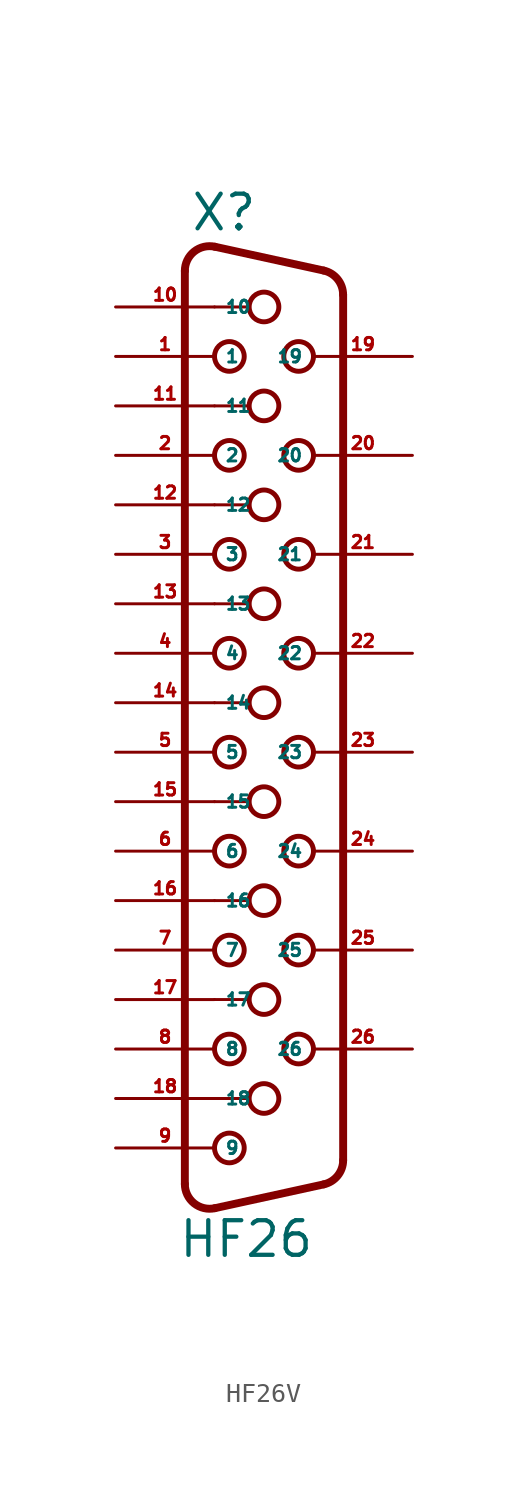
<source format=kicad_sym>
(kicad_symbol_lib
  (version 20220914)
  (generator Eagle2Kicad)
  (symbol "HF26V"
    (property "Reference" "X"
      (at -3.81 26.67 0)
      (effects (font (size 1.778 1.778) (thickness 0.22)) (justify left bottom)))
    (property "Value" "HF26"
      (at -4.445 -26.035 0)
      (effects (font (size 1.778 1.778) (thickness 0.22)) (justify left bottom)))
    (arc
      (start -2.5226 25.952)
      (mid -3.590 25.701)
      (end -4.064 24.7112)
      (stroke (width 0.4064) (type default))
      (fill (type none)))
    (polyline
      (pts (xy -2.523 25.952) (xy 3.065 24.729))
      (stroke (width 0.406) (type default))
      (fill (type none)))
    (arc
      (start 4.0642 23.4888)
      (mid 3.783 24.285)
      (end 3.0654 24.7295)
      (stroke (width 0.4064) (type default))
      (fill (type none)))
    (polyline
      (pts (xy 4.064 -20.949) (xy 4.064 23.489))
      (stroke (width 0.406) (type default))
      (fill (type none)))
    (arc
      (start 3.0654 -22.1894)
      (mid 3.783 -21.745)
      (end 4.064 -20.9488)
      (stroke (width 0.4064) (type default))
      (fill (type none)))
    (polyline
      (pts (xy -4.064 -22.171) (xy -4.064 24.711))
      (stroke (width 0.406) (type default))
      (fill (type none)))
    (polyline
      (pts (xy -2.523 -23.412) (xy 3.065 -22.189))
      (stroke (width 0.406) (type default))
      (fill (type none)))
    (arc
      (start -4.064 -22.1712)
      (mid -3.590 -23.161)
      (end -2.5226 -23.4119)
      (stroke (width 0.4064) (type default))
      (fill (type none)))
    (polyline
      (pts (xy -2.54 22.86) (xy -0.762 22.86))
      (stroke (width 0.152) (type default))
      (fill (type none)))
    (polyline
      (pts (xy -2.54 17.78) (xy -0.762 17.78))
      (stroke (width 0.152) (type default))
      (fill (type none)))
    (polyline
      (pts (xy -2.54 12.7) (xy -0.762 12.7))
      (stroke (width 0.152) (type default))
      (fill (type none)))
    (polyline
      (pts (xy -2.54 7.62) (xy -0.762 7.62))
      (stroke (width 0.152) (type default))
      (fill (type none)))
    (polyline
      (pts (xy -2.54 2.54) (xy -0.762 2.54))
      (stroke (width 0.152) (type default))
      (fill (type none)))
    (polyline
      (pts (xy -2.54 -2.54) (xy -0.762 -2.54))
      (stroke (width 0.152) (type default))
      (fill (type none)))
    (polyline
      (pts (xy -2.54 -7.62) (xy -0.762 -7.62))
      (stroke (width 0.152) (type default))
      (fill (type none)))
    (polyline
      (pts (xy -2.54 -12.7) (xy -0.762 -12.7))
      (stroke (width 0.152) (type default))
      (fill (type none)))
    (polyline
      (pts (xy -2.54 -17.78) (xy -0.762 -17.78))
      (stroke (width 0.152) (type default))
      (fill (type none)))
    (circle
      (center 0 22.86)
      (radius 0.762)
      (stroke (width 0.254) (type default))
      (fill (type none)))
    (circle
      (center -1.778 20.32)
      (radius 0.762)
      (stroke (width 0.254) (type default))
      (fill (type none)))
    (circle
      (center 1.778 20.32)
      (radius 0.762)
      (stroke (width 0.254) (type default))
      (fill (type none)))
    (circle
      (center -1.778 15.24)
      (radius 0.762)
      (stroke (width 0.254) (type default))
      (fill (type none)))
    (circle
      (center 1.778 15.24)
      (radius 0.762)
      (stroke (width 0.254) (type default))
      (fill (type none)))
    (circle
      (center -1.778 10.16)
      (radius 0.762)
      (stroke (width 0.254) (type default))
      (fill (type none)))
    (circle
      (center 1.778 10.16)
      (radius 0.762)
      (stroke (width 0.254) (type default))
      (fill (type none)))
    (circle
      (center -1.778 5.08)
      (radius 0.762)
      (stroke (width 0.254) (type default))
      (fill (type none)))
    (circle
      (center 1.778 5.08)
      (radius 0.762)
      (stroke (width 0.254) (type default))
      (fill (type none)))
    (circle
      (center -1.778 0)
      (radius 0.762)
      (stroke (width 0.254) (type default))
      (fill (type none)))
    (circle
      (center 0 17.78)
      (radius 0.762)
      (stroke (width 0.254) (type default))
      (fill (type none)))
    (circle
      (center 0 12.7)
      (radius 0.762)
      (stroke (width 0.254) (type default))
      (fill (type none)))
    (circle
      (center 0 7.62)
      (radius 0.762)
      (stroke (width 0.254) (type default))
      (fill (type none)))
    (circle
      (center 0 2.54)
      (radius 0.762)
      (stroke (width 0.254) (type default))
      (fill (type none)))
    (circle
      (center 0 -2.54)
      (radius 0.762)
      (stroke (width 0.254) (type default))
      (fill (type none)))
    (circle
      (center 1.778 0)
      (radius 0.762)
      (stroke (width 0.254) (type default))
      (fill (type none)))
    (circle
      (center -1.778 -5.08)
      (radius 0.762)
      (stroke (width 0.254) (type default))
      (fill (type none)))
    (circle
      (center 1.778 -5.08)
      (radius 0.762)
      (stroke (width 0.254) (type default))
      (fill (type none)))
    (circle
      (center -1.778 -10.16)
      (radius 0.762)
      (stroke (width 0.254) (type default))
      (fill (type none)))
    (circle
      (center 1.778 -10.16)
      (radius 0.762)
      (stroke (width 0.254) (type default))
      (fill (type none)))
    (circle
      (center -1.778 -15.24)
      (radius 0.762)
      (stroke (width 0.254) (type default))
      (fill (type none)))
    (circle
      (center 1.778 -15.24)
      (radius 0.762)
      (stroke (width 0.254) (type default))
      (fill (type none)))
    (circle
      (center -1.778 -20.32)
      (radius 0.762)
      (stroke (width 0.254) (type default))
      (fill (type none)))
    (circle
      (center 0 -7.62)
      (radius 0.762)
      (stroke (width 0.254) (type default))
      (fill (type none)))
    (circle
      (center 0 -12.7)
      (radius 0.762)
      (stroke (width 0.254) (type default))
      (fill (type none)))
    (circle
      (center 0 -17.78)
      (radius 0.762)
      (stroke (width 0.254) (type default))
      (fill (type none)))
    (pin passive line
      (at -7.62 20.32 0)
      (length 5.08)
      (name "1" (effects (font (size 0.635 0.635) (thickness 0.08)) (justify left bottom)))
      (number "1" (effects (font (size 0.635 0.635) (thickness 0.08)) (justify left bottom))))
    (pin passive line
      (at -7.62 15.24 0)
      (length 5.08)
      (name "2" (effects (font (size 0.635 0.635) (thickness 0.08)) (justify left bottom)))
      (number "2" (effects (font (size 0.635 0.635) (thickness 0.08)) (justify left bottom))))
    (pin passive line
      (at -7.62 10.16 0)
      (length 5.08)
      (name "3" (effects (font (size 0.635 0.635) (thickness 0.08)) (justify left bottom)))
      (number "3" (effects (font (size 0.635 0.635) (thickness 0.08)) (justify left bottom))))
    (pin passive line
      (at -7.62 5.08 0)
      (length 5.08)
      (name "4" (effects (font (size 0.635 0.635) (thickness 0.08)) (justify left bottom)))
      (number "4" (effects (font (size 0.635 0.635) (thickness 0.08)) (justify left bottom))))
    (pin passive line
      (at -7.62 0 0)
      (length 5.08)
      (name "5" (effects (font (size 0.635 0.635) (thickness 0.08)) (justify left bottom)))
      (number "5" (effects (font (size 0.635 0.635) (thickness 0.08)) (justify left bottom))))
    (pin passive line
      (at -7.62 -5.08 0)
      (length 5.08)
      (name "6" (effects (font (size 0.635 0.635) (thickness 0.08)) (justify left bottom)))
      (number "6" (effects (font (size 0.635 0.635) (thickness 0.08)) (justify left bottom))))
    (pin passive line
      (at -7.62 -10.16 0)
      (length 5.08)
      (name "7" (effects (font (size 0.635 0.635) (thickness 0.08)) (justify left bottom)))
      (number "7" (effects (font (size 0.635 0.635) (thickness 0.08)) (justify left bottom))))
    (pin passive line
      (at -7.62 -15.24 0)
      (length 5.08)
      (name "8" (effects (font (size 0.635 0.635) (thickness 0.08)) (justify left bottom)))
      (number "8" (effects (font (size 0.635 0.635) (thickness 0.08)) (justify left bottom))))
    (pin passive line
      (at -7.62 -20.32 0)
      (length 5.08)
      (name "9" (effects (font (size 0.635 0.635) (thickness 0.08)) (justify left bottom)))
      (number "9" (effects (font (size 0.635 0.635) (thickness 0.08)) (justify left bottom))))
    (pin passive line
      (at -7.62 22.86 0)
      (length 5.08)
      (name "10" (effects (font (size 0.635 0.635) (thickness 0.08)) (justify left bottom)))
      (number "10" (effects (font (size 0.635 0.635) (thickness 0.08)) (justify left bottom))))
    (pin passive line
      (at -7.62 17.78 0)
      (length 5.08)
      (name "11" (effects (font (size 0.635 0.635) (thickness 0.08)) (justify left bottom)))
      (number "11" (effects (font (size 0.635 0.635) (thickness 0.08)) (justify left bottom))))
    (pin passive line
      (at -7.62 12.7 0)
      (length 5.08)
      (name "12" (effects (font (size 0.635 0.635) (thickness 0.08)) (justify left bottom)))
      (number "12" (effects (font (size 0.635 0.635) (thickness 0.08)) (justify left bottom))))
    (pin passive line
      (at -7.62 7.62 0)
      (length 5.08)
      (name "13" (effects (font (size 0.635 0.635) (thickness 0.08)) (justify left bottom)))
      (number "13" (effects (font (size 0.635 0.635) (thickness 0.08)) (justify left bottom))))
    (pin passive line
      (at -7.62 2.54 0)
      (length 5.08)
      (name "14" (effects (font (size 0.635 0.635) (thickness 0.08)) (justify left bottom)))
      (number "14" (effects (font (size 0.635 0.635) (thickness 0.08)) (justify left bottom))))
    (pin passive line
      (at -7.62 -2.54 0)
      (length 5.08)
      (name "15" (effects (font (size 0.635 0.635) (thickness 0.08)) (justify left bottom)))
      (number "15" (effects (font (size 0.635 0.635) (thickness 0.08)) (justify left bottom))))
    (pin passive line
      (at -7.62 -7.62 0)
      (length 5.08)
      (name "16" (effects (font (size 0.635 0.635) (thickness 0.08)) (justify left bottom)))
      (number "16" (effects (font (size 0.635 0.635) (thickness 0.08)) (justify left bottom))))
    (pin passive line
      (at -7.62 -12.7 0)
      (length 5.08)
      (name "17" (effects (font (size 0.635 0.635) (thickness 0.08)) (justify left bottom)))
      (number "17" (effects (font (size 0.635 0.635) (thickness 0.08)) (justify left bottom))))
    (pin passive line
      (at -7.62 -17.78 0)
      (length 5.08)
      (name "18" (effects (font (size 0.635 0.635) (thickness 0.08)) (justify left bottom)))
      (number "18" (effects (font (size 0.635 0.635) (thickness 0.08)) (justify left bottom))))
    (pin passive line
      (at 7.62 20.32 180)
      (length 5.08)
      (name "19" (effects (font (size 0.635 0.635) (thickness 0.08)) (justify left bottom)))
      (number "19" (effects (font (size 0.635 0.635) (thickness 0.08)) (justify left bottom))))
    (pin passive line
      (at 7.62 15.24 180)
      (length 5.08)
      (name "20" (effects (font (size 0.635 0.635) (thickness 0.08)) (justify left bottom)))
      (number "20" (effects (font (size 0.635 0.635) (thickness 0.08)) (justify left bottom))))
    (pin passive line
      (at 7.62 10.16 180)
      (length 5.08)
      (name "21" (effects (font (size 0.635 0.635) (thickness 0.08)) (justify left bottom)))
      (number "21" (effects (font (size 0.635 0.635) (thickness 0.08)) (justify left bottom))))
    (pin passive line
      (at 7.62 5.08 180)
      (length 5.08)
      (name "22" (effects (font (size 0.635 0.635) (thickness 0.08)) (justify left bottom)))
      (number "22" (effects (font (size 0.635 0.635) (thickness 0.08)) (justify left bottom))))
    (pin passive line
      (at 7.62 0 180)
      (length 5.08)
      (name "23" (effects (font (size 0.635 0.635) (thickness 0.08)) (justify left bottom)))
      (number "23" (effects (font (size 0.635 0.635) (thickness 0.08)) (justify left bottom))))
    (pin passive line
      (at 7.62 -5.08 180)
      (length 5.08)
      (name "24" (effects (font (size 0.635 0.635) (thickness 0.08)) (justify left bottom)))
      (number "24" (effects (font (size 0.635 0.635) (thickness 0.08)) (justify left bottom))))
    (pin passive line
      (at 7.62 -10.16 180)
      (length 5.08)
      (name "25" (effects (font (size 0.635 0.635) (thickness 0.08)) (justify left bottom)))
      (number "25" (effects (font (size 0.635 0.635) (thickness 0.08)) (justify left bottom))))
    (pin passive line
      (at 7.62 -15.24 180)
      (length 5.08)
      (name "26" (effects (font (size 0.635 0.635) (thickness 0.08)) (justify left bottom)))
      (number "26" (effects (font (size 0.635 0.635) (thickness 0.08)) (justify left bottom))))))
</source>
